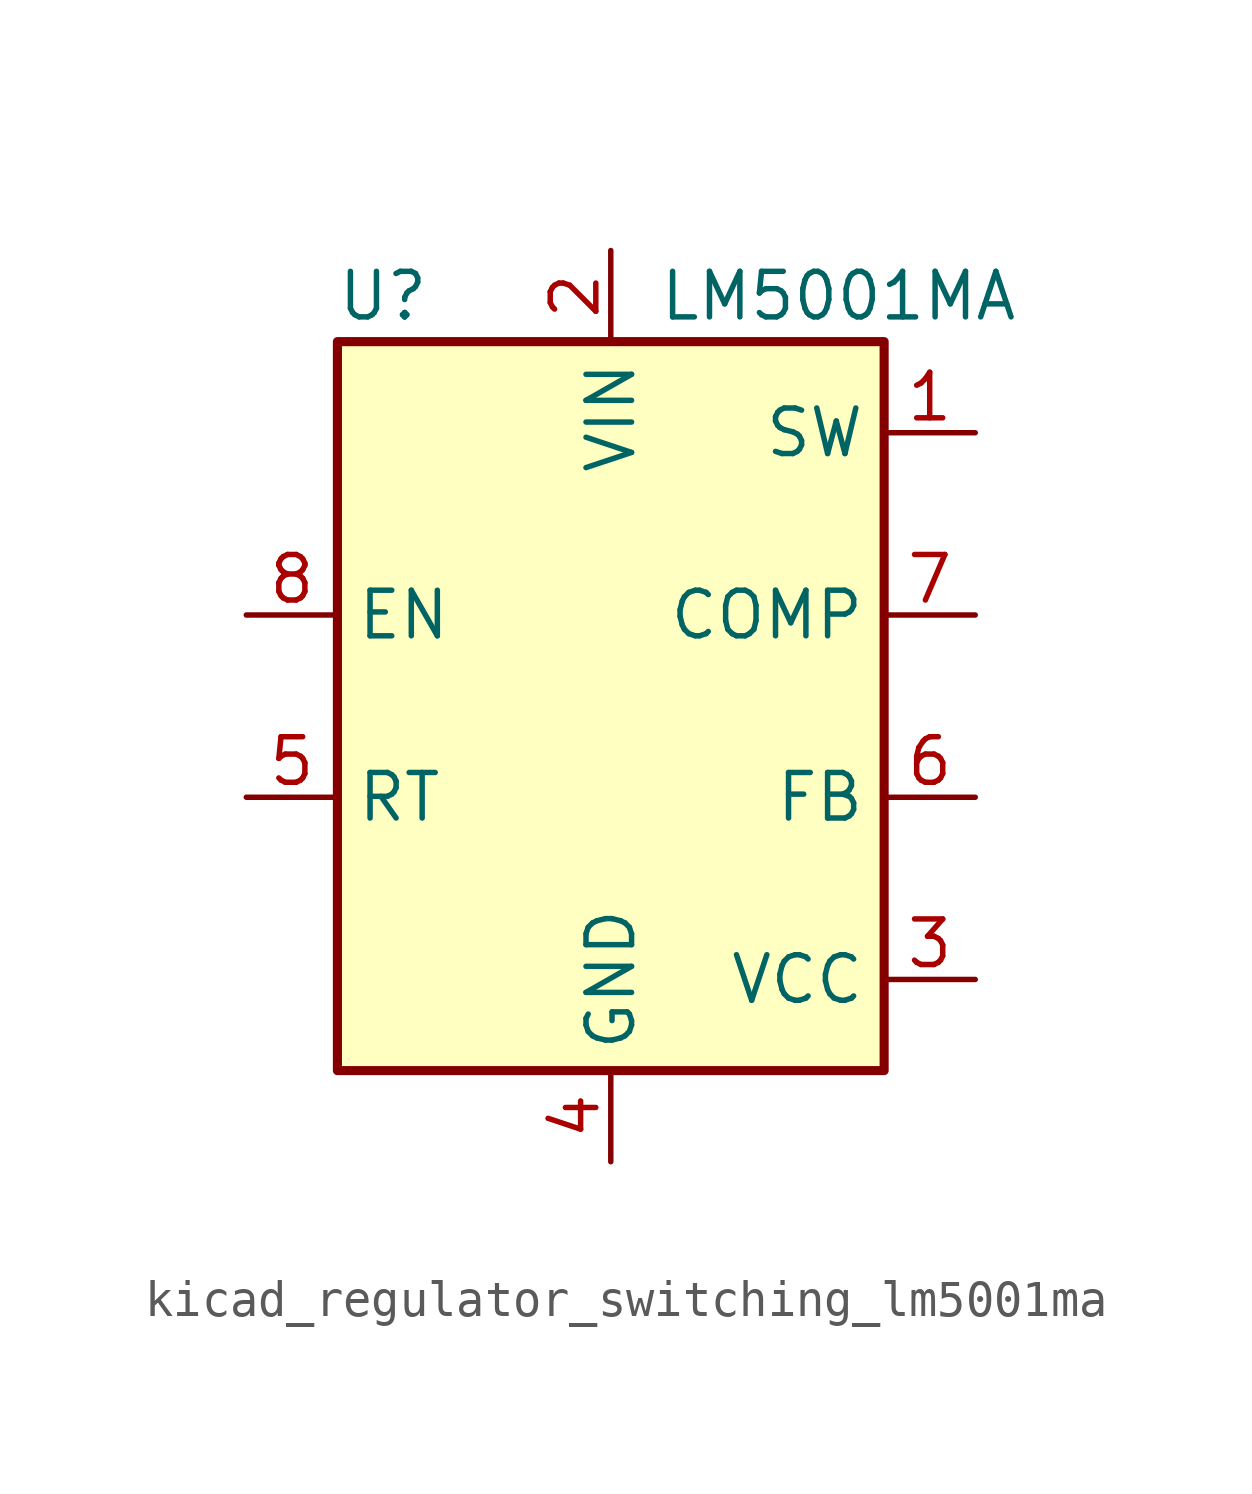
<source format=kicad_sym>
(kicad_symbol_lib
  (version 20220914)
  (generator kicad_symbol_editor)
  (symbol "kicad_regulator_switching_lm5001ma"
    (property "Reference" "U"
      (at -6.35 11.43 0)
      (effects (font (size 1.27 1.27))))
    (property "Value" "LM5001MA"
      (at 6.35 11.43 0)
      (effects (font (size 1.27 1.27))))
    (symbol "kicad_regulator_switching_lm5001ma_0_1"
      (rectangle (start -7.62 10.16) (end 7.62 -10.16) (stroke (width 0.254) (type default)) (fill (type background))))
    (symbol "kicad_regulator_switching_lm5001ma_1_1"
      (pin open_collector line (at 10.16 7.62 180) (length 2.54) (name "SW" (effects (font (size 1.27 1.27)))) (number "1" (effects (font (size 1.27 1.27)))))
      (pin power_in line (at 0 12.7 270) (length 2.54) (name "VIN" (effects (font (size 1.27 1.27)))) (number "2" (effects (font (size 1.27 1.27)))))
      (pin passive line (at 10.16 -7.62 180) (length 2.54) (name "VCC" (effects (font (size 1.27 1.27)))) (number "3" (effects (font (size 1.27 1.27)))))
      (pin power_in line (at 0 -12.7 90) (length 2.54) (name "GND" (effects (font (size 1.27 1.27)))) (number "4" (effects (font (size 1.27 1.27)))))
      (pin passive line (at -10.16 -2.54 0) (length 2.54) (name "RT" (effects (font (size 1.27 1.27)))) (number "5" (effects (font (size 1.27 1.27)))))
      (pin input line (at 10.16 -2.54 180) (length 2.54) (name "FB" (effects (font (size 1.27 1.27)))) (number "6" (effects (font (size 1.27 1.27)))))
      (pin open_collector line (at 10.16 2.54 180) (length 2.54) (name "COMP" (effects (font (size 1.27 1.27)))) (number "7" (effects (font (size 1.27 1.27)))))
      (pin input line (at -10.16 2.54 0) (length 2.54) (name "EN" (effects (font (size 1.27 1.27)))) (number "8" (effects (font (size 1.27 1.27))))))))
</source>
